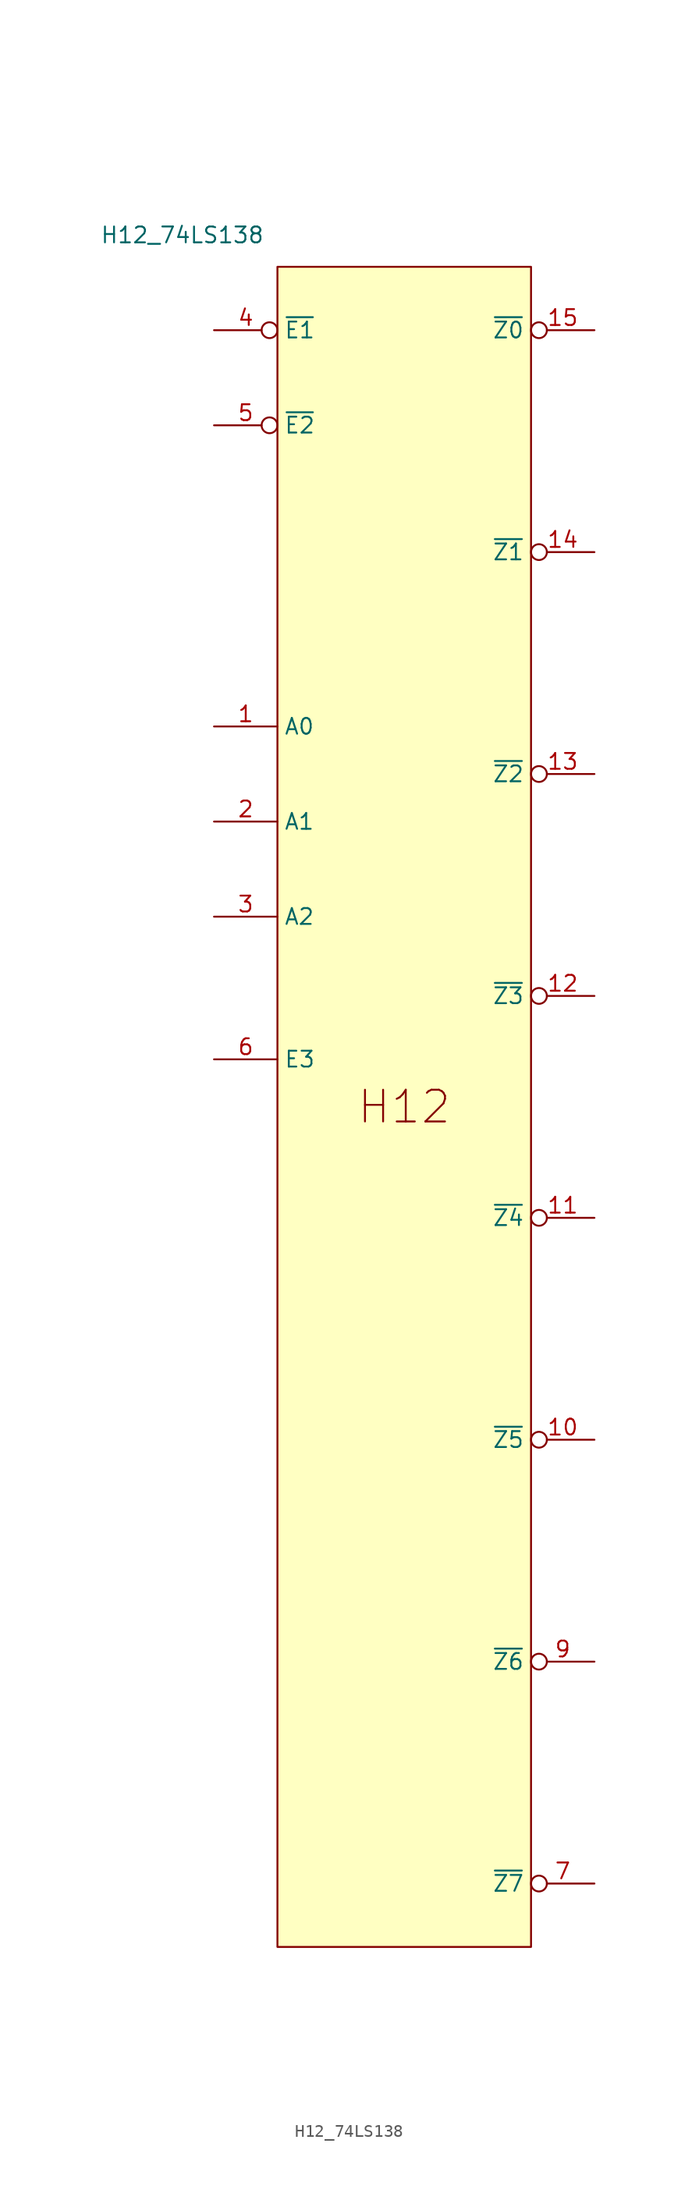
<source format=kicad_sym>
(kicad_symbol_lib
  (version 20211014)
  (generator kicad_symbol_editor)
  (symbol "H12_74LS138"
    (property "Reference" "U"
      (at -21.59 11.43 0)
      (effects (font (size 1.27 1.27)) hide))
    (property "Value" "H12_74LS138"
      (at -7.62 2.54 0)
      (effects (font (size 1.27 1.27))))
    (symbol "H12_74LS138_0_0"
      (rectangle (start 0 -134.62) (end 20.32 0) (stroke (width 0) (type default) (color 0 0 0 0)) (fill (type background)))
      (text "H12" (at 10.16 -67.31 0) (effects (font (size 2.54 2.54)))))
    (symbol "H12_74LS138_1_0"
      (pin passive line (at -5.08 -36.83 0) (length 5.08) (name "A0" (effects (font (size 1.27 1.27)))) (number "1" (effects (font (size 1.27 1.27)))))
      (pin passive inverted (at 25.4 -93.98 180) (length 5.08) (name "~{Z5}" (effects (font (size 1.27 1.27)))) (number "10" (effects (font (size 1.27 1.27)))))
      (pin passive inverted (at 25.4 -76.2 180) (length 5.08) (name "~{Z4}" (effects (font (size 1.27 1.27)))) (number "11" (effects (font (size 1.27 1.27)))))
      (pin passive inverted (at 25.4 -58.42 180) (length 5.08) (name "~{Z3}" (effects (font (size 1.27 1.27)))) (number "12" (effects (font (size 1.27 1.27)))))
      (pin passive inverted (at 25.4 -40.64 180) (length 5.08) (name "~{Z2}" (effects (font (size 1.27 1.27)))) (number "13" (effects (font (size 1.27 1.27)))))
      (pin passive inverted (at 25.4 -22.86 180) (length 5.08) (name "~{Z1}" (effects (font (size 1.27 1.27)))) (number "14" (effects (font (size 1.27 1.27)))))
      (pin passive inverted (at 25.4 -5.08 180) (length 5.08) (name "~{Z0}" (effects (font (size 1.27 1.27)))) (number "15" (effects (font (size 1.27 1.27)))))
      (pin passive line (at -5.08 -44.45 0) (length 5.08) (name "A1" (effects (font (size 1.27 1.27)))) (number "2" (effects (font (size 1.27 1.27)))))
      (pin passive line (at -5.08 -52.07 0) (length 5.08) (name "A2" (effects (font (size 1.27 1.27)))) (number "3" (effects (font (size 1.27 1.27)))))
      (pin passive inverted (at -5.08 -5.08 0) (length 5.08) (name "~{E1}" (effects (font (size 1.27 1.27)))) (number "4" (effects (font (size 1.27 1.27)))))
      (pin passive inverted (at -5.08 -12.7 0) (length 5.08) (name "~{E2}" (effects (font (size 1.27 1.27)))) (number "5" (effects (font (size 1.27 1.27)))))
      (pin passive line (at -5.08 -63.5 0) (length 5.08) (name "E3" (effects (font (size 1.27 1.27)))) (number "6" (effects (font (size 1.27 1.27)))))
      (pin passive inverted (at 25.4 -129.54 180) (length 5.08) (name "~{Z7}" (effects (font (size 1.27 1.27)))) (number "7" (effects (font (size 1.27 1.27)))))
      (pin passive inverted (at 25.4 -111.76 180) (length 5.08) (name "~{Z6}" (effects (font (size 1.27 1.27)))) (number "9" (effects (font (size 1.27 1.27))))))))
</source>
